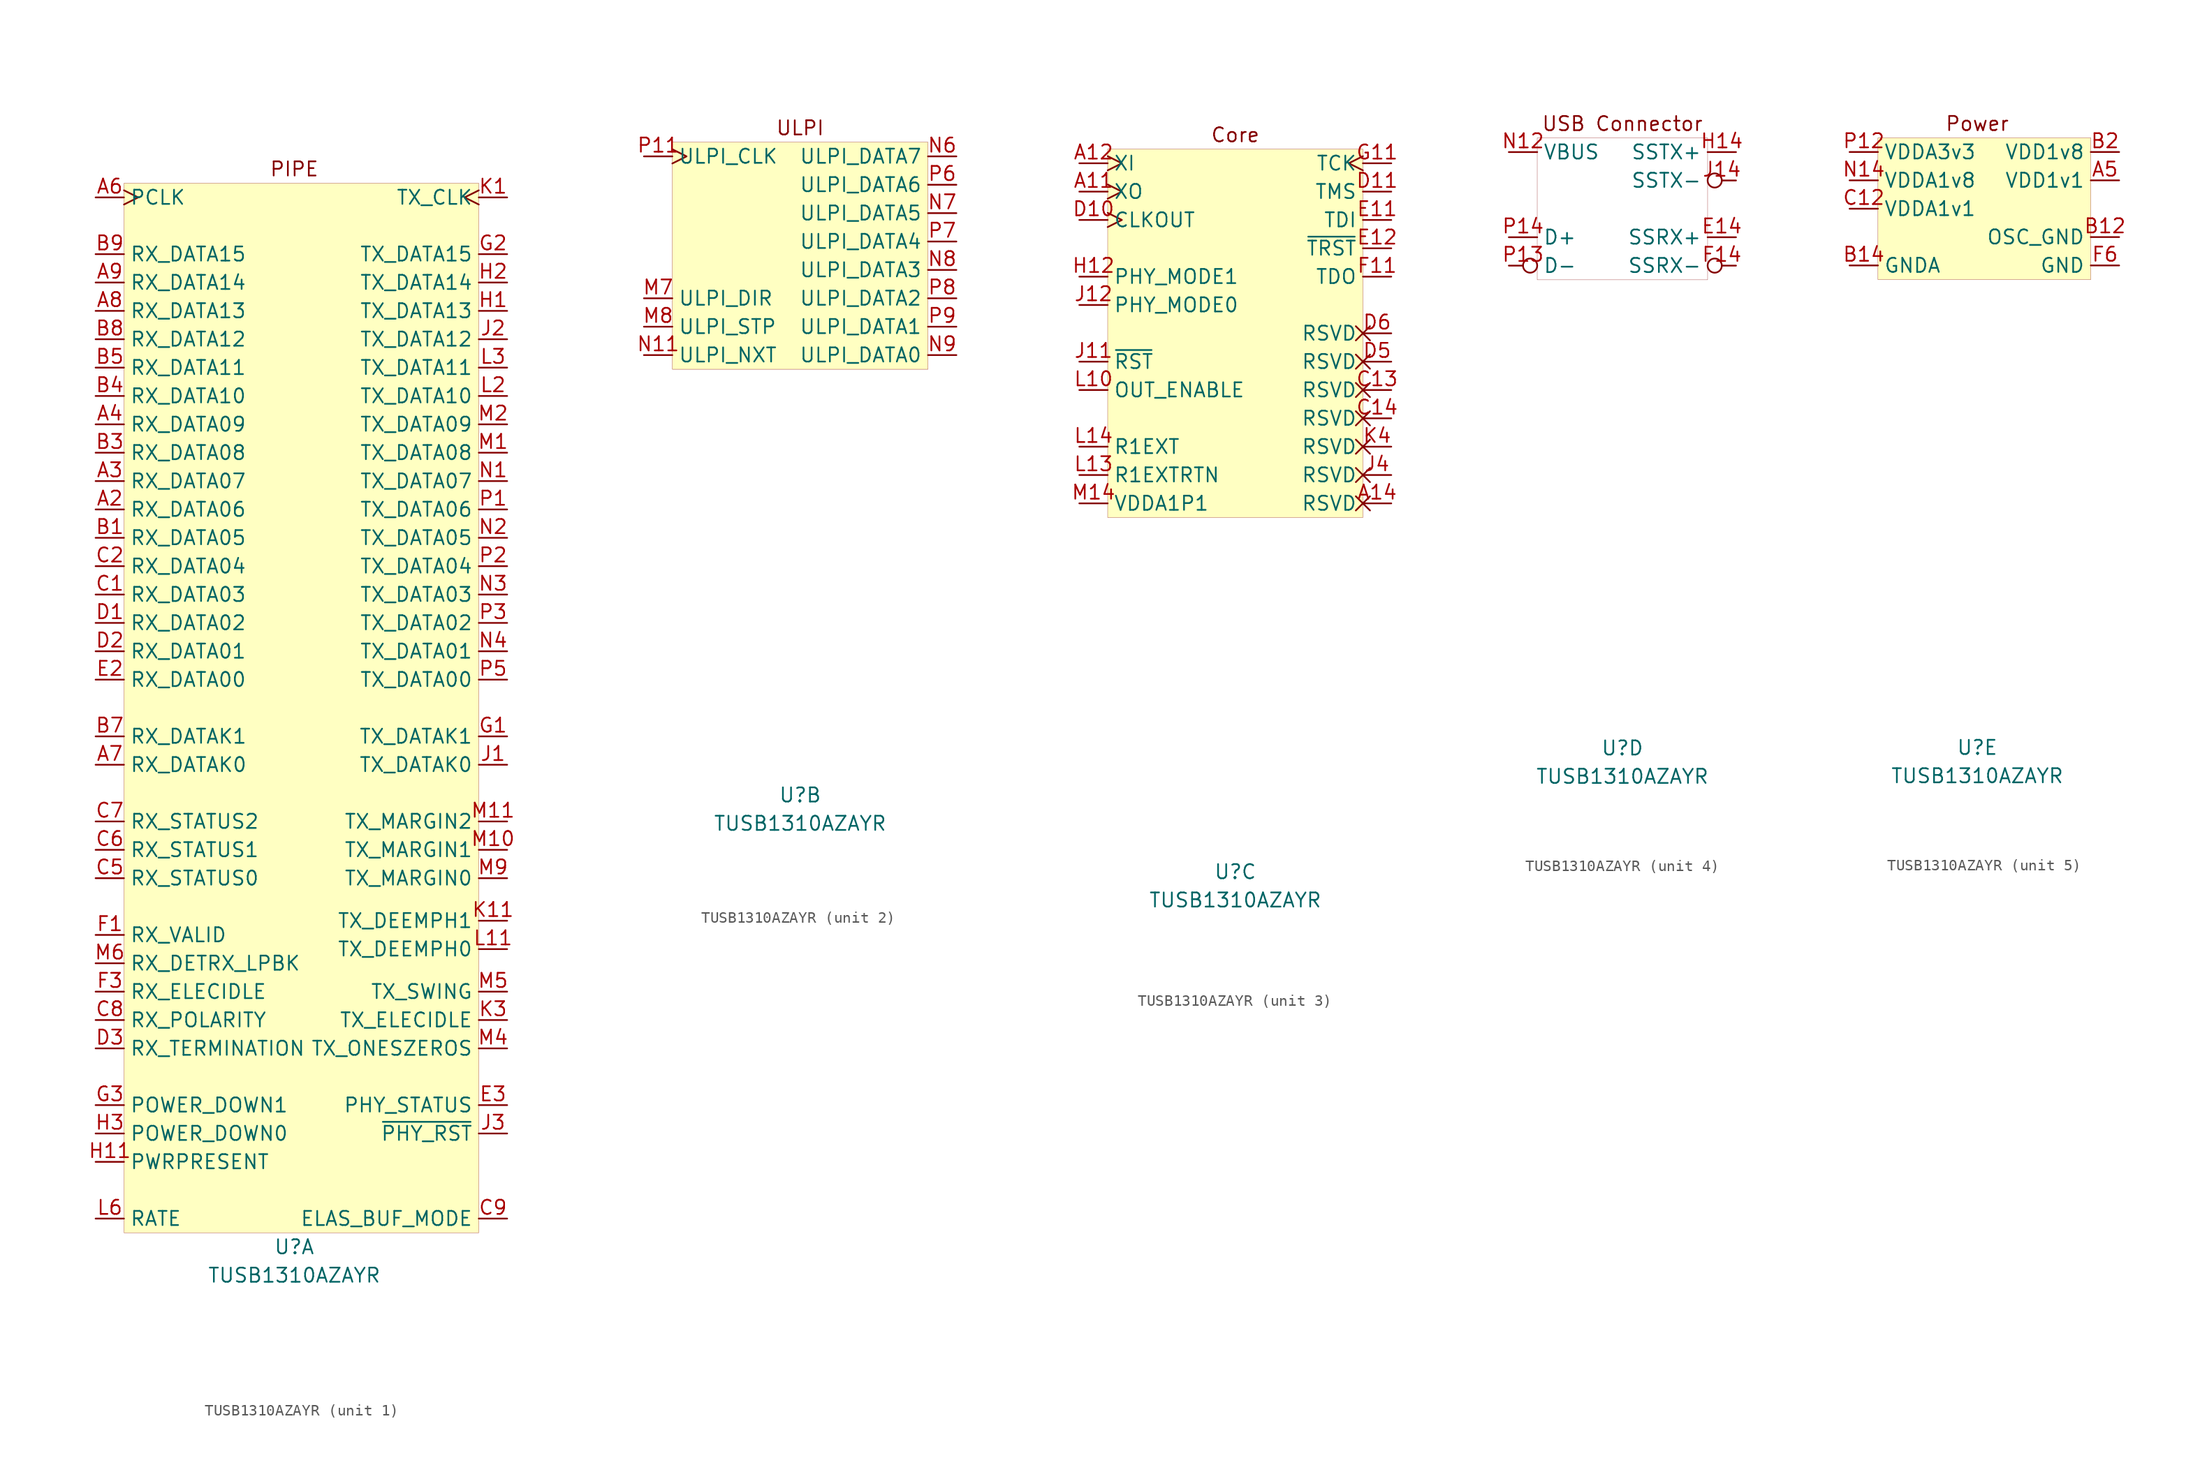
<source format=kicad_sym>
(kicad_symbol_lib
  (version 20220914)
  (generator kicad_symbol_editor)
  (symbol "TUSB1310AZAYR"
    (property "Reference" "U"
      (at 0 -48.26 0)
      (effects (font (size 1.27 1.27))))
    (property "Value" "TUSB1310AZAYR"
      (at 0 -50.8 0)
      (effects (font (size 1.27 1.27))))
    (property "ki_locked" ""
      (at 0 0 0)
      (effects (font (size 1.27 1.27))))
    (symbol "TUSB1310AZAYR_1_0"
      (text "PIPE" (at 0 48.26 0) (effects (font (size 1.27 1.27)))))
    (symbol "TUSB1310AZAYR_1_1"
      (rectangle (start -15.24 46.99) (end 16.51 -46.99) (stroke (width 0.001) (type default)) (fill (type background)))
      (pin output line (at -17.78 17.78 0) (length 2.54) (name "RX_DATA06" (effects (font (size 1.27 1.27)))) (number "A2" (effects (font (size 1.27 1.27)))))
      (pin output line (at -17.78 20.32 0) (length 2.54) (name "RX_DATA07" (effects (font (size 1.27 1.27)))) (number "A3" (effects (font (size 1.27 1.27)))))
      (pin output line (at -17.78 25.4 0) (length 2.54) (name "RX_DATA09" (effects (font (size 1.27 1.27)))) (number "A4" (effects (font (size 1.27 1.27)))))
      (pin output clock (at -17.78 45.72 0) (length 2.54) (name "PCLK" (effects (font (size 1.27 1.27)))) (number "A6" (effects (font (size 1.27 1.27)))))
      (pin output line (at -17.78 -5.08 0) (length 2.54) (name "RX_DATAK0" (effects (font (size 1.27 1.27)))) (number "A7" (effects (font (size 1.27 1.27)))))
      (pin output line (at -17.78 35.56 0) (length 2.54) (name "RX_DATA13" (effects (font (size 1.27 1.27)))) (number "A8" (effects (font (size 1.27 1.27)))))
      (pin output line (at -17.78 38.1 0) (length 2.54) (name "RX_DATA14" (effects (font (size 1.27 1.27)))) (number "A9" (effects (font (size 1.27 1.27)))))
      (pin output line (at -17.78 15.24 0) (length 2.54) (name "RX_DATA05" (effects (font (size 1.27 1.27)))) (number "B1" (effects (font (size 1.27 1.27)))))
      (pin output line (at -17.78 22.86 0) (length 2.54) (name "RX_DATA08" (effects (font (size 1.27 1.27)))) (number "B3" (effects (font (size 1.27 1.27)))))
      (pin output line (at -17.78 27.94 0) (length 2.54) (name "RX_DATA10" (effects (font (size 1.27 1.27)))) (number "B4" (effects (font (size 1.27 1.27)))))
      (pin output line (at -17.78 30.48 0) (length 2.54) (name "RX_DATA11" (effects (font (size 1.27 1.27)))) (number "B5" (effects (font (size 1.27 1.27)))))
      (pin output line (at -17.78 -2.54 0) (length 2.54) (name "RX_DATAK1" (effects (font (size 1.27 1.27)))) (number "B7" (effects (font (size 1.27 1.27)))))
      (pin output line (at -17.78 33.02 0) (length 2.54) (name "RX_DATA12" (effects (font (size 1.27 1.27)))) (number "B8" (effects (font (size 1.27 1.27)))))
      (pin output line (at -17.78 40.64 0) (length 2.54) (name "RX_DATA15" (effects (font (size 1.27 1.27)))) (number "B9" (effects (font (size 1.27 1.27)))))
      (pin output line (at -17.78 10.16 0) (length 2.54) (name "RX_DATA03" (effects (font (size 1.27 1.27)))) (number "C1" (effects (font (size 1.27 1.27)))))
      (pin output line (at -17.78 12.7 0) (length 2.54) (name "RX_DATA04" (effects (font (size 1.27 1.27)))) (number "C2" (effects (font (size 1.27 1.27)))))
      (pin output line (at -17.78 -15.24 0) (length 2.54) (name "RX_STATUS0" (effects (font (size 1.27 1.27)))) (number "C5" (effects (font (size 1.27 1.27)))))
      (pin output line (at -17.78 -12.7 0) (length 2.54) (name "RX_STATUS1" (effects (font (size 1.27 1.27)))) (number "C6" (effects (font (size 1.27 1.27)))))
      (pin output line (at -17.78 -10.16 0) (length 2.54) (name "RX_STATUS2" (effects (font (size 1.27 1.27)))) (number "C7" (effects (font (size 1.27 1.27)))))
      (pin input line (at -17.78 -27.94 0) (length 2.54) (name "RX_POLARITY" (effects (font (size 1.27 1.27)))) (number "C8" (effects (font (size 1.27 1.27)))))
      (pin input line (at 19.05 -45.72 180) (length 2.54) (name "ELAS_BUF_MODE" (effects (font (size 1.27 1.27)))) (number "C9" (effects (font (size 1.27 1.27)))))
      (pin output line (at -17.78 7.62 0) (length 2.54) (name "RX_DATA02" (effects (font (size 1.27 1.27)))) (number "D1" (effects (font (size 1.27 1.27)))))
      (pin output line (at -17.78 5.08 0) (length 2.54) (name "RX_DATA01" (effects (font (size 1.27 1.27)))) (number "D2" (effects (font (size 1.27 1.27)))))
      (pin input line (at -17.78 -30.48 0) (length 2.54) (name "RX_TERMINATION" (effects (font (size 1.27 1.27)))) (number "D3" (effects (font (size 1.27 1.27)))))
      (pin output line (at -17.78 2.54 0) (length 2.54) (name "RX_DATA00" (effects (font (size 1.27 1.27)))) (number "E2" (effects (font (size 1.27 1.27)))))
      (pin bidirectional line (at 19.05 -35.56 180) (length 2.54) (name "PHY_STATUS" (effects (font (size 1.27 1.27)))) (number "E3" (effects (font (size 1.27 1.27)))))
      (pin output line (at -17.78 -20.32 0) (length 2.54) (name "RX_VALID" (effects (font (size 1.27 1.27)))) (number "F1" (effects (font (size 1.27 1.27)))))
      (pin bidirectional line (at -17.78 -25.4 0) (length 2.54) (name "RX_ELECIDLE" (effects (font (size 1.27 1.27)))) (number "F3" (effects (font (size 1.27 1.27)))))
      (pin input line (at 19.05 -2.54 180) (length 2.54) (name "TX_DATAK1" (effects (font (size 1.27 1.27)))) (number "G1" (effects (font (size 1.27 1.27)))))
      (pin input line (at 19.05 40.64 180) (length 2.54) (name "TX_DATA15" (effects (font (size 1.27 1.27)))) (number "G2" (effects (font (size 1.27 1.27)))))
      (pin input line (at -17.78 -35.56 0) (length 2.54) (name "POWER_DOWN1" (effects (font (size 1.27 1.27)))) (number "G3" (effects (font (size 1.27 1.27)))))
      (pin input line (at 19.05 35.56 180) (length 2.54) (name "TX_DATA13" (effects (font (size 1.27 1.27)))) (number "H1" (effects (font (size 1.27 1.27)))))
      (pin output line (at -17.78 -40.64 0) (length 2.54) (name "PWRPRESENT" (effects (font (size 1.27 1.27)))) (number "H11" (effects (font (size 1.27 1.27)))))
      (pin input line (at 19.05 38.1 180) (length 2.54) (name "TX_DATA14" (effects (font (size 1.27 1.27)))) (number "H2" (effects (font (size 1.27 1.27)))))
      (pin input line (at -17.78 -38.1 0) (length 2.54) (name "POWER_DOWN0" (effects (font (size 1.27 1.27)))) (number "H3" (effects (font (size 1.27 1.27)))))
      (pin input line (at 19.05 -5.08 180) (length 2.54) (name "TX_DATAK0" (effects (font (size 1.27 1.27)))) (number "J1" (effects (font (size 1.27 1.27)))))
      (pin input line (at 19.05 33.02 180) (length 2.54) (name "TX_DATA12" (effects (font (size 1.27 1.27)))) (number "J2" (effects (font (size 1.27 1.27)))))
      (pin input line (at 19.05 -38.1 180) (length 2.54) (name "~{PHY_RST}" (effects (font (size 1.27 1.27)))) (number "J3" (effects (font (size 1.27 1.27)))))
      (pin input clock (at 19.05 45.72 180) (length 2.54) (name "TX_CLK" (effects (font (size 1.27 1.27)))) (number "K1" (effects (font (size 1.27 1.27)))))
      (pin input line (at 19.05 -19.05 180) (length 2.54) (name "TX_DEEMPH1" (effects (font (size 1.27 1.27)))) (number "K11" (effects (font (size 1.27 1.27)))))
      (pin input line (at 19.05 -27.94 180) (length 2.54) (name "TX_ELECIDLE" (effects (font (size 1.27 1.27)))) (number "K3" (effects (font (size 1.27 1.27)))))
      (pin input line (at 19.05 -21.59 180) (length 2.54) (name "TX_DEEMPH0" (effects (font (size 1.27 1.27)))) (number "L11" (effects (font (size 1.27 1.27)))))
      (pin input line (at 19.05 27.94 180) (length 2.54) (name "TX_DATA10" (effects (font (size 1.27 1.27)))) (number "L2" (effects (font (size 1.27 1.27)))))
      (pin input line (at 19.05 30.48 180) (length 2.54) (name "TX_DATA11" (effects (font (size 1.27 1.27)))) (number "L3" (effects (font (size 1.27 1.27)))))
      (pin input line (at -17.78 -45.72 0) (length 2.54) (name "RATE" (effects (font (size 1.27 1.27)))) (number "L6" (effects (font (size 1.27 1.27)))))
      (pin input line (at 19.05 22.86 180) (length 2.54) (name "TX_DATA08" (effects (font (size 1.27 1.27)))) (number "M1" (effects (font (size 1.27 1.27)))))
      (pin input line (at 19.05 -12.7 180) (length 2.54) (name "TX_MARGIN1" (effects (font (size 1.27 1.27)))) (number "M10" (effects (font (size 1.27 1.27)))))
      (pin input line (at 19.05 -10.16 180) (length 2.54) (name "TX_MARGIN2" (effects (font (size 1.27 1.27)))) (number "M11" (effects (font (size 1.27 1.27)))))
      (pin input line (at 19.05 25.4 180) (length 2.54) (name "TX_DATA09" (effects (font (size 1.27 1.27)))) (number "M2" (effects (font (size 1.27 1.27)))))
      (pin input line (at 19.05 -30.48 180) (length 2.54) (name "TX_ONESZEROS" (effects (font (size 1.27 1.27)))) (number "M4" (effects (font (size 1.27 1.27)))))
      (pin input line (at 19.05 -25.4 180) (length 2.54) (name "TX_SWING" (effects (font (size 1.27 1.27)))) (number "M5" (effects (font (size 1.27 1.27)))))
      (pin input line (at -17.78 -22.86 0) (length 2.54) (name "RX_DETRX_LPBK" (effects (font (size 1.27 1.27)))) (number "M6" (effects (font (size 1.27 1.27)))))
      (pin input line (at 19.05 -15.24 180) (length 2.54) (name "TX_MARGIN0" (effects (font (size 1.27 1.27)))) (number "M9" (effects (font (size 1.27 1.27)))))
      (pin input line (at 19.05 20.32 180) (length 2.54) (name "TX_DATA07" (effects (font (size 1.27 1.27)))) (number "N1" (effects (font (size 1.27 1.27)))))
      (pin input line (at 19.05 15.24 180) (length 2.54) (name "TX_DATA05" (effects (font (size 1.27 1.27)))) (number "N2" (effects (font (size 1.27 1.27)))))
      (pin input line (at 19.05 10.16 180) (length 2.54) (name "TX_DATA03" (effects (font (size 1.27 1.27)))) (number "N3" (effects (font (size 1.27 1.27)))))
      (pin input line (at 19.05 5.08 180) (length 2.54) (name "TX_DATA01" (effects (font (size 1.27 1.27)))) (number "N4" (effects (font (size 1.27 1.27)))))
      (pin input line (at 19.05 17.78 180) (length 2.54) (name "TX_DATA06" (effects (font (size 1.27 1.27)))) (number "P1" (effects (font (size 1.27 1.27)))))
      (pin input line (at 19.05 12.7 180) (length 2.54) (name "TX_DATA04" (effects (font (size 1.27 1.27)))) (number "P2" (effects (font (size 1.27 1.27)))))
      (pin input line (at 19.05 7.62 180) (length 2.54) (name "TX_DATA02" (effects (font (size 1.27 1.27)))) (number "P3" (effects (font (size 1.27 1.27)))))
      (pin input line (at 19.05 2.54 180) (length 2.54) (name "TX_DATA00" (effects (font (size 1.27 1.27)))) (number "P5" (effects (font (size 1.27 1.27))))))
    (symbol "TUSB1310AZAYR_2_0"
      (rectangle (start -11.43 10.16) (end 11.43 -10.16) (stroke (width 0.001) (type default)) (fill (type background)))
      (text "ULPI" (at 0 11.43 0) (effects (font (size 1.27 1.27)))))
    (symbol "TUSB1310AZAYR_2_1"
      (pin output line (at -13.97 -3.81 0) (length 2.54) (name "ULPI_DIR" (effects (font (size 1.27 1.27)))) (number "M7" (effects (font (size 1.27 1.27)))))
      (pin input line (at -13.97 -6.35 0) (length 2.54) (name "ULPI_STP" (effects (font (size 1.27 1.27)))) (number "M8" (effects (font (size 1.27 1.27)))))
      (pin output line (at -13.97 -8.89 0) (length 2.54) (name "ULPI_NXT" (effects (font (size 1.27 1.27)))) (number "N11" (effects (font (size 1.27 1.27)))))
      (pin bidirectional line (at 13.97 8.89 180) (length 2.54) (name "ULPI_DATA7" (effects (font (size 1.27 1.27)))) (number "N6" (effects (font (size 1.27 1.27)))))
      (pin bidirectional line (at 13.97 3.81 180) (length 2.54) (name "ULPI_DATA5" (effects (font (size 1.27 1.27)))) (number "N7" (effects (font (size 1.27 1.27)))))
      (pin bidirectional line (at 13.97 -1.27 180) (length 2.54) (name "ULPI_DATA3" (effects (font (size 1.27 1.27)))) (number "N8" (effects (font (size 1.27 1.27)))))
      (pin bidirectional line (at 13.97 -8.89 180) (length 2.54) (name "ULPI_DATA0" (effects (font (size 1.27 1.27)))) (number "N9" (effects (font (size 1.27 1.27)))))
      (pin output clock (at -13.97 8.89 0) (length 2.54) (name "ULPI_CLK" (effects (font (size 1.27 1.27)))) (number "P11" (effects (font (size 1.27 1.27)))))
      (pin bidirectional line (at 13.97 6.35 180) (length 2.54) (name "ULPI_DATA6" (effects (font (size 1.27 1.27)))) (number "P6" (effects (font (size 1.27 1.27)))))
      (pin bidirectional line (at 13.97 1.27 180) (length 2.54) (name "ULPI_DATA4" (effects (font (size 1.27 1.27)))) (number "P7" (effects (font (size 1.27 1.27)))))
      (pin bidirectional line (at 13.97 -3.81 180) (length 2.54) (name "ULPI_DATA2" (effects (font (size 1.27 1.27)))) (number "P8" (effects (font (size 1.27 1.27)))))
      (pin bidirectional line (at 13.97 -6.35 180) (length 2.54) (name "ULPI_DATA1" (effects (font (size 1.27 1.27)))) (number "P9" (effects (font (size 1.27 1.27))))))
    (symbol "TUSB1310AZAYR_3_0"
      (rectangle (start -11.43 16.51) (end 11.43 -16.51) (stroke (width 0.001) (type default)) (fill (type background)))
      (text "Core" (at 0 17.78 0) (effects (font (size 1.27 1.27)))))
    (symbol "TUSB1310AZAYR_3_1"
      (pin output clock (at -13.97 12.7 0) (length 2.54) (name "XO" (effects (font (size 1.27 1.27)))) (number "A11" (effects (font (size 1.27 1.27)))))
      (pin input clock (at -13.97 15.24 0) (length 2.54) (name "XI" (effects (font (size 1.27 1.27)))) (number "A12" (effects (font (size 1.27 1.27)))))
      (pin passive non_logic (at 13.97 -15.24 180) (length 2.54) (name "RSVD" (effects (font (size 1.27 1.27)))) (number "A14" (effects (font (size 1.27 1.27)))))
      (pin passive non_logic (at 13.97 -5.08 180) (length 2.54) (name "RSVD" (effects (font (size 1.27 1.27)))) (number "C13" (effects (font (size 1.27 1.27)))))
      (pin passive non_logic (at 13.97 -7.62 180) (length 2.54) (name "RSVD" (effects (font (size 1.27 1.27)))) (number "C14" (effects (font (size 1.27 1.27)))))
      (pin output clock (at -13.97 10.16 0) (length 2.54) (name "CLKOUT" (effects (font (size 1.27 1.27)))) (number "D10" (effects (font (size 1.27 1.27)))))
      (pin input line (at 13.97 12.7 180) (length 2.54) (name "TMS" (effects (font (size 1.27 1.27)))) (number "D11" (effects (font (size 1.27 1.27)))))
      (pin passive non_logic (at 13.97 -2.54 180) (length 2.54) (name "RSVD" (effects (font (size 1.27 1.27)))) (number "D5" (effects (font (size 1.27 1.27)))))
      (pin passive non_logic (at 13.97 0 180) (length 2.54) (name "RSVD" (effects (font (size 1.27 1.27)))) (number "D6" (effects (font (size 1.27 1.27)))))
      (pin input line (at 13.97 10.16 180) (length 2.54) (name "TDI" (effects (font (size 1.27 1.27)))) (number "E11" (effects (font (size 1.27 1.27)))))
      (pin input line (at 13.97 7.62 180) (length 2.54) (name "~{TRST}" (effects (font (size 1.27 1.27)))) (number "E12" (effects (font (size 1.27 1.27)))))
      (pin output line (at 13.97 5.08 180) (length 2.54) (name "TDO" (effects (font (size 1.27 1.27)))) (number "F11" (effects (font (size 1.27 1.27)))))
      (pin input clock (at 13.97 15.24 180) (length 2.54) (name "TCK" (effects (font (size 1.27 1.27)))) (number "G11" (effects (font (size 1.27 1.27)))))
      (pin input line (at -13.97 5.08 0) (length 2.54) (name "PHY_MODE1" (effects (font (size 1.27 1.27)))) (number "H12" (effects (font (size 1.27 1.27)))))
      (pin input line (at -13.97 -2.54 0) (length 2.54) (name "~{RST}" (effects (font (size 1.27 1.27)))) (number "J11" (effects (font (size 1.27 1.27)))))
      (pin input line (at -13.97 2.54 0) (length 2.54) (name "PHY_MODE0" (effects (font (size 1.27 1.27)))) (number "J12" (effects (font (size 1.27 1.27)))))
      (pin passive non_logic (at 13.97 -12.7 180) (length 2.54) (name "RSVD" (effects (font (size 1.27 1.27)))) (number "J4" (effects (font (size 1.27 1.27)))))
      (pin passive non_logic (at 13.97 -10.16 180) (length 2.54) (name "RSVD" (effects (font (size 1.27 1.27)))) (number "K4" (effects (font (size 1.27 1.27)))))
      (pin input line (at -13.97 -5.08 0) (length 2.54) (name "OUT_ENABLE" (effects (font (size 1.27 1.27)))) (number "L10" (effects (font (size 1.27 1.27)))))
      (pin input line (at -13.97 -12.7 0) (length 2.54) (name "R1EXTRTN" (effects (font (size 1.27 1.27)))) (number "L13" (effects (font (size 1.27 1.27)))))
      (pin output line (at -13.97 -10.16 0) (length 2.54) (name "R1EXT" (effects (font (size 1.27 1.27)))) (number "L14" (effects (font (size 1.27 1.27)))))
      (pin passive line (at -13.97 -15.24 0) (length 2.54) (name "VDDA1P1" (effects (font (size 1.27 1.27)))) (number "M14" (effects (font (size 1.27 1.27))))))
    (symbol "TUSB1310AZAYR_4_0"
      (rectangle (start -7.62 6.35) (end 7.62 -6.35) (stroke (width 0.001) (type default)) (fill (type none)))
      (text "USB Connector" (at 0 7.62 0) (effects (font (size 1.27 1.27)))))
    (symbol "TUSB1310AZAYR_4_1"
      (pin input line (at 10.16 -2.54 180) (length 2.54) (name "SSRX+" (effects (font (size 1.27 1.27)))) (number "E14" (effects (font (size 1.27 1.27)))))
      (pin input inverted (at 10.16 -5.08 180) (length 2.54) (name "SSRX-" (effects (font (size 1.27 1.27)))) (number "F14" (effects (font (size 1.27 1.27)))))
      (pin output line (at 10.16 5.08 180) (length 2.54) (name "SSTX+" (effects (font (size 1.27 1.27)))) (number "H14" (effects (font (size 1.27 1.27)))))
      (pin output inverted (at 10.16 2.54 180) (length 2.54) (name "SSTX-" (effects (font (size 1.27 1.27)))) (number "J14" (effects (font (size 1.27 1.27)))))
      (pin input line (at -10.16 5.08 0) (length 2.54) (name "VBUS" (effects (font (size 1.27 1.27)))) (number "N12" (effects (font (size 1.27 1.27)))))
      (pin bidirectional inverted (at -10.16 -5.08 0) (length 2.54) (name "D-" (effects (font (size 1.27 1.27)))) (number "P13" (effects (font (size 1.27 1.27)))))
      (pin bidirectional line (at -10.16 -2.54 0) (length 2.54) (name "D+" (effects (font (size 1.27 1.27)))) (number "P14" (effects (font (size 1.27 1.27))))))
    (symbol "TUSB1310AZAYR_5_0"
      (rectangle (start -8.89 6.35) (end 10.16 -6.35) (stroke (width 0.001) (type default)) (fill (type background)))
      (text "Power" (at 0 7.62 0) (effects (font (size 1.27 1.27)))))
    (symbol "TUSB1310AZAYR_5_1"
      (pin passive line (at 12.7 2.54 180) (length 2.54) hide (name "VDD1v1" (effects (font (size 1.27 1.27)))) (number "A10" (effects (font (size 1.27 1.27)))))
      (pin passive line (at -11.43 2.54 0) (length 2.54) hide (name "VDDA1v8" (effects (font (size 1.27 1.27)))) (number "A13" (effects (font (size 1.27 1.27)))))
      (pin power_in line (at 12.7 2.54 180) (length 2.54) (name "VDD1v1" (effects (font (size 1.27 1.27)))) (number "A5" (effects (font (size 1.27 1.27)))))
      (pin passive line (at 12.7 2.54 180) (length 2.54) hide (name "VDD1v1" (effects (font (size 1.27 1.27)))) (number "B10" (effects (font (size 1.27 1.27)))))
      (pin passive line (at 12.7 -5.08 180) (length 2.54) hide (name "GND" (effects (font (size 1.27 1.27)))) (number "B11" (effects (font (size 1.27 1.27)))))
      (pin passive line (at 12.7 -2.54 180) (length 2.54) (name "OSC_GND" (effects (font (size 1.27 1.27)))) (number "B12" (effects (font (size 1.27 1.27)))))
      (pin passive line (at -11.43 -5.08 0) (length 2.54) hide (name "GNDA" (effects (font (size 1.27 1.27)))) (number "B13" (effects (font (size 1.27 1.27)))))
      (pin passive line (at -11.43 -5.08 0) (length 2.54) (name "GNDA" (effects (font (size 1.27 1.27)))) (number "B14" (effects (font (size 1.27 1.27)))))
      (pin power_in line (at 12.7 5.08 180) (length 2.54) (name "VDD1v8" (effects (font (size 1.27 1.27)))) (number "B2" (effects (font (size 1.27 1.27)))))
      (pin passive line (at 12.7 2.54 180) (length 2.54) hide (name "VDD1v1" (effects (font (size 1.27 1.27)))) (number "B6" (effects (font (size 1.27 1.27)))))
      (pin passive line (at -11.43 2.54 0) (length 2.54) hide (name "VDDA1v8" (effects (font (size 1.27 1.27)))) (number "C10" (effects (font (size 1.27 1.27)))))
      (pin passive line (at -11.43 0 0) (length 2.54) hide (name "VDDA1v1" (effects (font (size 1.27 1.27)))) (number "C11" (effects (font (size 1.27 1.27)))))
      (pin power_in line (at -11.43 0 0) (length 2.54) (name "VDDA1v1" (effects (font (size 1.27 1.27)))) (number "C12" (effects (font (size 1.27 1.27)))))
      (pin passive line (at 12.7 5.08 180) (length 2.54) hide (name "VDD1v8" (effects (font (size 1.27 1.27)))) (number "C3" (effects (font (size 1.27 1.27)))))
      (pin passive line (at 12.7 2.54 180) (length 2.54) hide (name "VDD1v1" (effects (font (size 1.27 1.27)))) (number "C4" (effects (font (size 1.27 1.27)))))
      (pin passive line (at -11.43 -5.08 0) (length 2.54) hide (name "GNDA" (effects (font (size 1.27 1.27)))) (number "D12" (effects (font (size 1.27 1.27)))))
      (pin passive line (at 12.7 2.54 180) (length 2.54) hide (name "VDD1v1" (effects (font (size 1.27 1.27)))) (number "D13" (effects (font (size 1.27 1.27)))))
      (pin passive line (at -11.43 0 0) (length 2.54) hide (name "VDDA1v1" (effects (font (size 1.27 1.27)))) (number "D14" (effects (font (size 1.27 1.27)))))
      (pin passive line (at 12.7 5.08 180) (length 2.54) hide (name "VDD1v8" (effects (font (size 1.27 1.27)))) (number "D4" (effects (font (size 1.27 1.27)))))
      (pin passive line (at 12.7 5.08 180) (length 2.54) hide (name "VDD1v8" (effects (font (size 1.27 1.27)))) (number "D7" (effects (font (size 1.27 1.27)))))
      (pin passive line (at 12.7 5.08 180) (length 2.54) hide (name "VDD1v8" (effects (font (size 1.27 1.27)))) (number "D8" (effects (font (size 1.27 1.27)))))
      (pin passive line (at 12.7 5.08 180) (length 2.54) hide (name "VDD1v8" (effects (font (size 1.27 1.27)))) (number "D9" (effects (font (size 1.27 1.27)))))
      (pin passive line (at 12.7 2.54 180) (length 2.54) hide (name "VDD1v1" (effects (font (size 1.27 1.27)))) (number "E1" (effects (font (size 1.27 1.27)))))
      (pin passive line (at -11.43 -5.08 0) (length 2.54) hide (name "GNDA" (effects (font (size 1.27 1.27)))) (number "E13" (effects (font (size 1.27 1.27)))))
      (pin passive line (at 12.7 5.08 180) (length 2.54) hide (name "VDD1v8" (effects (font (size 1.27 1.27)))) (number "E4" (effects (font (size 1.27 1.27)))))
      (pin passive line (at 12.7 -5.08 180) (length 2.54) hide (name "GND" (effects (font (size 1.27 1.27)))) (number "F12" (effects (font (size 1.27 1.27)))))
      (pin passive line (at -11.43 -5.08 0) (length 2.54) hide (name "GNDA" (effects (font (size 1.27 1.27)))) (number "F13" (effects (font (size 1.27 1.27)))))
      (pin passive line (at 12.7 2.54 180) (length 2.54) hide (name "VDD1v1" (effects (font (size 1.27 1.27)))) (number "F2" (effects (font (size 1.27 1.27)))))
      (pin passive line (at 12.7 5.08 180) (length 2.54) hide (name "VDD1v8" (effects (font (size 1.27 1.27)))) (number "F4" (effects (font (size 1.27 1.27)))))
      (pin passive line (at 12.7 -5.08 180) (length 2.54) (name "GND" (effects (font (size 1.27 1.27)))) (number "F6" (effects (font (size 1.27 1.27)))))
      (pin passive line (at 12.7 -5.08 180) (length 2.54) hide (name "GND" (effects (font (size 1.27 1.27)))) (number "F7" (effects (font (size 1.27 1.27)))))
      (pin passive line (at 12.7 -5.08 180) (length 2.54) hide (name "GND" (effects (font (size 1.27 1.27)))) (number "F8" (effects (font (size 1.27 1.27)))))
      (pin passive line (at 12.7 -5.08 180) (length 2.54) hide (name "GND" (effects (font (size 1.27 1.27)))) (number "F9" (effects (font (size 1.27 1.27)))))
      (pin passive line (at -11.43 -5.08 0) (length 2.54) hide (name "GNDA" (effects (font (size 1.27 1.27)))) (number "G12" (effects (font (size 1.27 1.27)))))
      (pin passive line (at -11.43 0 0) (length 2.54) hide (name "VDDA1v1" (effects (font (size 1.27 1.27)))) (number "G13" (effects (font (size 1.27 1.27)))))
      (pin passive line (at -11.43 0 0) (length 2.54) hide (name "VDDA1v1" (effects (font (size 1.27 1.27)))) (number "G14" (effects (font (size 1.27 1.27)))))
      (pin passive line (at 12.7 5.08 180) (length 2.54) hide (name "VDD1v8" (effects (font (size 1.27 1.27)))) (number "G4" (effects (font (size 1.27 1.27)))))
      (pin passive line (at 12.7 -5.08 180) (length 2.54) hide (name "GND" (effects (font (size 1.27 1.27)))) (number "G6" (effects (font (size 1.27 1.27)))))
      (pin passive line (at 12.7 -5.08 180) (length 2.54) hide (name "GND" (effects (font (size 1.27 1.27)))) (number "G7" (effects (font (size 1.27 1.27)))))
      (pin passive line (at 12.7 -5.08 180) (length 2.54) hide (name "GND" (effects (font (size 1.27 1.27)))) (number "G8" (effects (font (size 1.27 1.27)))))
      (pin passive line (at 12.7 -5.08 180) (length 2.54) hide (name "GND" (effects (font (size 1.27 1.27)))) (number "G9" (effects (font (size 1.27 1.27)))))
      (pin passive line (at -11.43 -5.08 0) (length 2.54) hide (name "GNDA" (effects (font (size 1.27 1.27)))) (number "H13" (effects (font (size 1.27 1.27)))))
      (pin passive line (at 12.7 5.08 180) (length 2.54) hide (name "VDD1v8" (effects (font (size 1.27 1.27)))) (number "H4" (effects (font (size 1.27 1.27)))))
      (pin passive line (at 12.7 -5.08 180) (length 2.54) hide (name "GND" (effects (font (size 1.27 1.27)))) (number "H6" (effects (font (size 1.27 1.27)))))
      (pin passive line (at 12.7 -5.08 180) (length 2.54) hide (name "GND" (effects (font (size 1.27 1.27)))) (number "H7" (effects (font (size 1.27 1.27)))))
      (pin passive line (at 12.7 -5.08 180) (length 2.54) hide (name "GND" (effects (font (size 1.27 1.27)))) (number "H8" (effects (font (size 1.27 1.27)))))
      (pin passive line (at 12.7 -5.08 180) (length 2.54) hide (name "GND" (effects (font (size 1.27 1.27)))) (number "H9" (effects (font (size 1.27 1.27)))))
      (pin passive line (at -11.43 -5.08 0) (length 2.54) hide (name "GNDA" (effects (font (size 1.27 1.27)))) (number "J13" (effects (font (size 1.27 1.27)))))
      (pin passive line (at 12.7 -5.08 180) (length 2.54) hide (name "GND" (effects (font (size 1.27 1.27)))) (number "J6" (effects (font (size 1.27 1.27)))))
      (pin passive line (at 12.7 -5.08 180) (length 2.54) hide (name "GND" (effects (font (size 1.27 1.27)))) (number "J7" (effects (font (size 1.27 1.27)))))
      (pin passive line (at 12.7 -5.08 180) (length 2.54) hide (name "GND" (effects (font (size 1.27 1.27)))) (number "J8" (effects (font (size 1.27 1.27)))))
      (pin passive line (at 12.7 -5.08 180) (length 2.54) hide (name "GND" (effects (font (size 1.27 1.27)))) (number "J9" (effects (font (size 1.27 1.27)))))
      (pin passive line (at -11.43 -5.08 0) (length 2.54) hide (name "GNDA" (effects (font (size 1.27 1.27)))) (number "K12" (effects (font (size 1.27 1.27)))))
      (pin passive line (at 12.7 2.54 180) (length 2.54) hide (name "VDD1v1" (effects (font (size 1.27 1.27)))) (number "K13" (effects (font (size 1.27 1.27)))))
      (pin passive line (at -11.43 0 0) (length 2.54) hide (name "VDDA1v1" (effects (font (size 1.27 1.27)))) (number "K14" (effects (font (size 1.27 1.27)))))
      (pin passive line (at 12.7 2.54 180) (length 2.54) hide (name "VDD1v1" (effects (font (size 1.27 1.27)))) (number "K2" (effects (font (size 1.27 1.27)))))
      (pin passive line (at 12.7 2.54 180) (length 2.54) hide (name "VDD1v1" (effects (font (size 1.27 1.27)))) (number "L1" (effects (font (size 1.27 1.27)))))
      (pin passive line (at -11.43 -5.08 0) (length 2.54) hide (name "GNDA" (effects (font (size 1.27 1.27)))) (number "L12" (effects (font (size 1.27 1.27)))))
      (pin passive line (at 12.7 5.08 180) (length 2.54) hide (name "VDD1v8" (effects (font (size 1.27 1.27)))) (number "L4" (effects (font (size 1.27 1.27)))))
      (pin passive line (at 12.7 5.08 180) (length 2.54) hide (name "VDD1v8" (effects (font (size 1.27 1.27)))) (number "L5" (effects (font (size 1.27 1.27)))))
      (pin passive line (at 12.7 5.08 180) (length 2.54) hide (name "VDD1v8" (effects (font (size 1.27 1.27)))) (number "L7" (effects (font (size 1.27 1.27)))))
      (pin passive line (at 12.7 5.08 180) (length 2.54) hide (name "VDD1v8" (effects (font (size 1.27 1.27)))) (number "L8" (effects (font (size 1.27 1.27)))))
      (pin passive line (at 12.7 5.08 180) (length 2.54) hide (name "VDD1v8" (effects (font (size 1.27 1.27)))) (number "L9" (effects (font (size 1.27 1.27)))))
      (pin passive line (at -11.43 -5.08 0) (length 2.54) hide (name "GNDA" (effects (font (size 1.27 1.27)))) (number "M12" (effects (font (size 1.27 1.27)))))
      (pin passive line (at -11.43 -5.08 0) (length 2.54) hide (name "GNDA" (effects (font (size 1.27 1.27)))) (number "M13" (effects (font (size 1.27 1.27)))))
      (pin passive line (at 12.7 5.08 180) (length 2.54) hide (name "VDD1v8" (effects (font (size 1.27 1.27)))) (number "M3" (effects (font (size 1.27 1.27)))))
      (pin passive line (at 12.7 2.54 180) (length 2.54) hide (name "VDD1v1" (effects (font (size 1.27 1.27)))) (number "N10" (effects (font (size 1.27 1.27)))))
      (pin passive line (at -11.43 -5.08 0) (length 2.54) hide (name "GNDA" (effects (font (size 1.27 1.27)))) (number "N13" (effects (font (size 1.27 1.27)))))
      (pin power_in line (at -11.43 2.54 0) (length 2.54) (name "VDDA1v8" (effects (font (size 1.27 1.27)))) (number "N14" (effects (font (size 1.27 1.27)))))
      (pin passive line (at 12.7 2.54 180) (length 2.54) hide (name "VDD1v1" (effects (font (size 1.27 1.27)))) (number "N5" (effects (font (size 1.27 1.27)))))
      (pin passive line (at 12.7 2.54 180) (length 2.54) hide (name "VDD1v1" (effects (font (size 1.27 1.27)))) (number "P10" (effects (font (size 1.27 1.27)))))
      (pin power_in line (at -11.43 5.08 0) (length 2.54) (name "VDDA3v3" (effects (font (size 1.27 1.27)))) (number "P12" (effects (font (size 1.27 1.27)))))
      (pin passive line (at 12.7 2.54 180) (length 2.54) hide (name "VDD1v1" (effects (font (size 1.27 1.27)))) (number "P4" (effects (font (size 1.27 1.27))))))))
</source>
